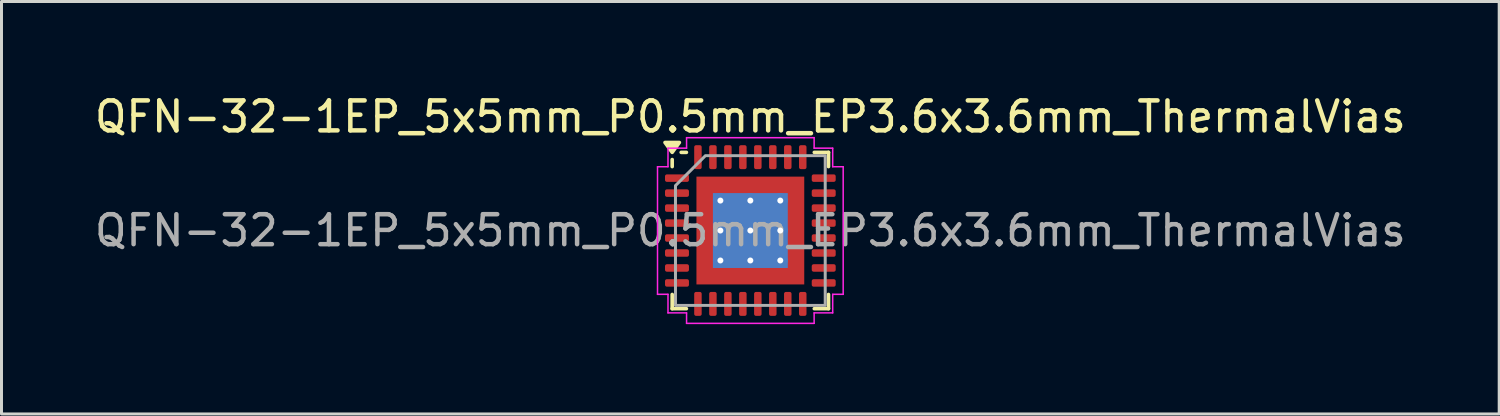
<source format=kicad_pcb>
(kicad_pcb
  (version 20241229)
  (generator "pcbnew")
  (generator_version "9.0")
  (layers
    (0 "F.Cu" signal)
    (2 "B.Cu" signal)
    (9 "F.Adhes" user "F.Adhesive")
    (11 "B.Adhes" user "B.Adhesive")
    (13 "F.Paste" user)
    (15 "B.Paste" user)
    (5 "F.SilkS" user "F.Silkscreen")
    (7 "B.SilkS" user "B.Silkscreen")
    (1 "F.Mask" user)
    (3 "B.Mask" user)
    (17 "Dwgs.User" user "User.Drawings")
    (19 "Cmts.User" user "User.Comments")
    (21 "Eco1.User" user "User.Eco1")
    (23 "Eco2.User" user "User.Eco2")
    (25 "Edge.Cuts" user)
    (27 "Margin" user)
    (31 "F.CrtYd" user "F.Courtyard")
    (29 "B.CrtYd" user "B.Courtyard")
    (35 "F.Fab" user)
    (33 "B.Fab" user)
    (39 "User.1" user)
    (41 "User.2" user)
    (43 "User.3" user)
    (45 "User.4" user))
  (footprint "QFN-32-1EP_5x5mm_P0.5mm_EP3.6x3.6mm_ThermalVias"
    (layer "F.Cu")
    (at 22.006 4.648)
    (property "Reference" "QFN-32-1EP_5x5mm_P0.5mm_EP3.6x3.6mm_ThermalVias" (at 0 -3.8 0) (layer "F.SilkS") (effects (font (size 1 1) (thickness 0.15))))
    (attr smd)
    (fp_line (start -2.61 -2.135) (end -2.61 -2.37) (stroke (width 0.12) (type solid)) (layer "F.SilkS"))
    (fp_line (start -2.61 2.61) (end -2.61 2.135) (stroke (width 0.12) (type solid)) (layer "F.SilkS"))
    (fp_line (start -2.135 -2.61) (end -2.31 -2.61) (stroke (width 0.12) (type solid)) (layer "F.SilkS"))
    (fp_line (start -2.135 2.61) (end -2.61 2.61) (stroke (width 0.12) (type solid)) (layer "F.SilkS"))
    (fp_line (start 2.135 -2.61) (end 2.61 -2.61) (stroke (width 0.12) (type solid)) (layer "F.SilkS"))
    (fp_line (start 2.135 2.61) (end 2.61 2.61) (stroke (width 0.12) (type solid)) (layer "F.SilkS"))
    (fp_line (start 2.61 -2.61) (end 2.61 -2.135) (stroke (width 0.12) (type solid)) (layer "F.SilkS"))
    (fp_line (start 2.61 2.61) (end 2.61 2.135) (stroke (width 0.12) (type solid)) (layer "F.SilkS"))
    (fp_poly (pts (xy -2.61 -2.61) (xy -2.85 -2.94) (xy -2.37 -2.94)) (stroke (width 0.12) (type solid)) (fill yes) (layer "F.SilkS"))
    (fp_line (start -3.1 -2.13) (end -2.75 -2.13) (stroke (width 0.05) (type solid)) (layer "F.CrtYd"))
    (fp_line (start -3.1 2.13) (end -3.1 -2.13) (stroke (width 0.05) (type solid)) (layer "F.CrtYd"))
    (fp_line (start -2.75 -2.75) (end -2.13 -2.75) (stroke (width 0.05) (type solid)) (layer "F.CrtYd"))
    (fp_line (start -2.75 -2.13) (end -2.75 -2.75) (stroke (width 0.05) (type solid)) (layer "F.CrtYd"))
    (fp_line (start -2.75 2.13) (end -3.1 2.13) (stroke (width 0.05) (type solid)) (layer "F.CrtYd"))
    (fp_line (start -2.75 2.75) (end -2.75 2.13) (stroke (width 0.05) (type solid)) (layer "F.CrtYd"))
    (fp_line (start -2.13 -3.1) (end 2.13 -3.1) (stroke (width 0.05) (type solid)) (layer "F.CrtYd"))
    (fp_line (start -2.13 -2.75) (end -2.13 -3.1) (stroke (width 0.05) (type solid)) (layer "F.CrtYd"))
    (fp_line (start -2.13 2.75) (end -2.75 2.75) (stroke (width 0.05) (type solid)) (layer "F.CrtYd"))
    (fp_line (start -2.13 3.1) (end -2.13 2.75) (stroke (width 0.05) (type solid)) (layer "F.CrtYd"))
    (fp_line (start 2.13 -3.1) (end 2.13 -2.75) (stroke (width 0.05) (type solid)) (layer "F.CrtYd"))
    (fp_line (start 2.13 -2.75) (end 2.75 -2.75) (stroke (width 0.05) (type solid)) (layer "F.CrtYd"))
    (fp_line (start 2.13 2.75) (end 2.13 3.1) (stroke (width 0.05) (type solid)) (layer "F.CrtYd"))
    (fp_line (start 2.13 3.1) (end -2.13 3.1) (stroke (width 0.05) (type solid)) (layer "F.CrtYd"))
    (fp_line (start 2.75 -2.75) (end 2.75 -2.13) (stroke (width 0.05) (type solid)) (layer "F.CrtYd"))
    (fp_line (start 2.75 -2.13) (end 3.1 -2.13) (stroke (width 0.05) (type solid)) (layer "F.CrtYd"))
    (fp_line (start 2.75 2.13) (end 2.75 2.75) (stroke (width 0.05) (type solid)) (layer "F.CrtYd"))
    (fp_line (start 2.75 2.75) (end 2.13 2.75) (stroke (width 0.05) (type solid)) (layer "F.CrtYd"))
    (fp_line (start 3.1 -2.13) (end 3.1 2.13) (stroke (width 0.05) (type solid)) (layer "F.CrtYd"))
    (fp_line (start 3.1 2.13) (end 2.75 2.13) (stroke (width 0.05) (type solid)) (layer "F.CrtYd"))
    (fp_poly (pts (xy -2.5 -1.5) (xy -2.5 2.5) (xy 2.5 2.5) (xy 2.5 -2.5) (xy -1.5 -2.5)) (stroke (width 0.1) (type solid)) (fill no) (layer "F.Fab"))
    (fp_text user "${REFERENCE}" (at 0 0 0) (layer "F.Fab") (effects (font (size 1 1) (thickness 0.15))))
    (pad "" smd roundrect (at -1.2 -1.2) (size 0.97 0.97) (layers "F.Paste") (roundrect_rratio 0.25))
    (pad "" smd roundrect (at -1.2 0) (size 0.97 0.97) (layers "F.Paste") (roundrect_rratio 0.25))
    (pad "" smd roundrect (at -1.2 1.2) (size 0.97 0.97) (layers "F.Paste") (roundrect_rratio 0.25))
    (pad "" smd roundrect (at 0 -1.2) (size 0.97 0.97) (layers "F.Paste") (roundrect_rratio 0.25))
    (pad "" smd roundrect (at 0 0) (size 0.97 0.97) (layers "F.Paste") (roundrect_rratio 0.25))
    (pad "" smd roundrect (at 0 1.2) (size 0.97 0.97) (layers "F.Paste") (roundrect_rratio 0.25))
    (pad "" smd roundrect (at 1.2 -1.2) (size 0.97 0.97) (layers "F.Paste") (roundrect_rratio 0.25))
    (pad "" smd roundrect (at 1.2 0) (size 0.97 0.97) (layers "F.Paste") (roundrect_rratio 0.25))
    (pad "" smd roundrect (at 1.2 1.2) (size 0.97 0.97) (layers "F.Paste") (roundrect_rratio 0.25))
    (pad "1" smd roundrect (at -2.45 -1.75) (size 0.8 0.25) (layers "F.Cu" "F.Mask" "F.Paste") (roundrect_rratio 0.25))
    (pad "2" smd roundrect (at -2.45 -1.25) (size 0.8 0.25) (layers "F.Cu" "F.Mask" "F.Paste") (roundrect_rratio 0.25))
    (pad "3" smd roundrect (at -2.45 -0.75) (size 0.8 0.25) (layers "F.Cu" "F.Mask" "F.Paste") (roundrect_rratio 0.25))
    (pad "4" smd roundrect (at -2.45 -0.25) (size 0.8 0.25) (layers "F.Cu" "F.Mask" "F.Paste") (roundrect_rratio 0.25))
    (pad "5" smd roundrect (at -2.45 0.25) (size 0.8 0.25) (layers "F.Cu" "F.Mask" "F.Paste") (roundrect_rratio 0.25))
    (pad "6" smd roundrect (at -2.45 0.75) (size 0.8 0.25) (layers "F.Cu" "F.Mask" "F.Paste") (roundrect_rratio 0.25))
    (pad "7" smd roundrect (at -2.45 1.25) (size 0.8 0.25) (layers "F.Cu" "F.Mask" "F.Paste") (roundrect_rratio 0.25))
    (pad "8" smd roundrect (at -2.45 1.75) (size 0.8 0.25) (layers "F.Cu" "F.Mask" "F.Paste") (roundrect_rratio 0.25))
    (pad "9" smd roundrect (at -1.75 2.45) (size 0.25 0.8) (layers "F.Cu" "F.Mask" "F.Paste") (roundrect_rratio 0.25))
    (pad "10" smd roundrect (at -1.25 2.45) (size 0.25 0.8) (layers "F.Cu" "F.Mask" "F.Paste") (roundrect_rratio 0.25))
    (pad "11" smd roundrect (at -0.75 2.45) (size 0.25 0.8) (layers "F.Cu" "F.Mask" "F.Paste") (roundrect_rratio 0.25))
    (pad "12" smd roundrect (at -0.25 2.45) (size 0.25 0.8) (layers "F.Cu" "F.Mask" "F.Paste") (roundrect_rratio 0.25))
    (pad "13" smd roundrect (at 0.25 2.45) (size 0.25 0.8) (layers "F.Cu" "F.Mask" "F.Paste") (roundrect_rratio 0.25))
    (pad "14" smd roundrect (at 0.75 2.45) (size 0.25 0.8) (layers "F.Cu" "F.Mask" "F.Paste") (roundrect_rratio 0.25))
    (pad "15" smd roundrect (at 1.25 2.45) (size 0.25 0.8) (layers "F.Cu" "F.Mask" "F.Paste") (roundrect_rratio 0.25))
    (pad "16" smd roundrect (at 1.75 2.45) (size 0.25 0.8) (layers "F.Cu" "F.Mask" "F.Paste") (roundrect_rratio 0.25))
    (pad "17" smd roundrect (at 2.45 1.75) (size 0.8 0.25) (layers "F.Cu" "F.Mask" "F.Paste") (roundrect_rratio 0.25))
    (pad "18" smd roundrect (at 2.45 1.25) (size 0.8 0.25) (layers "F.Cu" "F.Mask" "F.Paste") (roundrect_rratio 0.25))
    (pad "19" smd roundrect (at 2.45 0.75) (size 0.8 0.25) (layers "F.Cu" "F.Mask" "F.Paste") (roundrect_rratio 0.25))
    (pad "20" smd roundrect (at 2.45 0.25) (size 0.8 0.25) (layers "F.Cu" "F.Mask" "F.Paste") (roundrect_rratio 0.25))
    (pad "21" smd roundrect (at 2.45 -0.25) (size 0.8 0.25) (layers "F.Cu" "F.Mask" "F.Paste") (roundrect_rratio 0.25))
    (pad "22" smd roundrect (at 2.45 -0.75) (size 0.8 0.25) (layers "F.Cu" "F.Mask" "F.Paste") (roundrect_rratio 0.25))
    (pad "23" smd roundrect (at 2.45 -1.25) (size 0.8 0.25) (layers "F.Cu" "F.Mask" "F.Paste") (roundrect_rratio 0.25))
    (pad "24" smd roundrect (at 2.45 -1.75) (size 0.8 0.25) (layers "F.Cu" "F.Mask" "F.Paste") (roundrect_rratio 0.25))
    (pad "25" smd roundrect (at 1.75 -2.45) (size 0.25 0.8) (layers "F.Cu" "F.Mask" "F.Paste") (roundrect_rratio 0.25))
    (pad "26" smd roundrect (at 1.25 -2.45) (size 0.25 0.8) (layers "F.Cu" "F.Mask" "F.Paste") (roundrect_rratio 0.25))
    (pad "27" smd roundrect (at 0.75 -2.45) (size 0.25 0.8) (layers "F.Cu" "F.Mask" "F.Paste") (roundrect_rratio 0.25))
    (pad "28" smd roundrect (at 0.25 -2.45) (size 0.25 0.8) (layers "F.Cu" "F.Mask" "F.Paste") (roundrect_rratio 0.25))
    (pad "29" smd roundrect (at -0.25 -2.45) (size 0.25 0.8) (layers "F.Cu" "F.Mask" "F.Paste") (roundrect_rratio 0.25))
    (pad "30" smd roundrect (at -0.75 -2.45) (size 0.25 0.8) (layers "F.Cu" "F.Mask" "F.Paste") (roundrect_rratio 0.25))
    (pad "31" smd roundrect (at -1.25 -2.45) (size 0.25 0.8) (layers "F.Cu" "F.Mask" "F.Paste") (roundrect_rratio 0.25))
    (pad "32" smd roundrect (at -1.75 -2.45) (size 0.25 0.8) (layers "F.Cu" "F.Mask" "F.Paste") (roundrect_rratio 0.25))
    (pad "33" thru_hole circle (at -1 -1) (size 0.5 0.5) (drill 0.2) (property pad_prop_heatsink) (layers "*.Cu"))
    (pad "33" thru_hole circle (at -1 0) (size 0.5 0.5) (drill 0.2) (property pad_prop_heatsink) (layers "*.Cu"))
    (pad "33" thru_hole circle (at -1 1) (size 0.5 0.5) (drill 0.2) (property pad_prop_heatsink) (layers "*.Cu"))
    (pad "33" thru_hole circle (at 0 -1) (size 0.5 0.5) (drill 0.2) (property pad_prop_heatsink) (layers "*.Cu"))
    (pad "33" thru_hole circle (at 0 0) (size 0.5 0.5) (drill 0.2) (property pad_prop_heatsink) (layers "*.Cu"))
    (pad "33" smd rect (at 0 0) (size 2.5 2.5) (property pad_prop_heatsink) (layers "B.Cu"))
    (pad "33" smd rect (at 0 0) (size 3.6 3.6) (property pad_prop_heatsink) (layers "F.Cu" "F.Mask"))
    (pad "33" thru_hole circle (at 0 1) (size 0.5 0.5) (drill 0.2) (property pad_prop_heatsink) (layers "*.Cu"))
    (pad "33" thru_hole circle (at 1 -1) (size 0.5 0.5) (drill 0.2) (property pad_prop_heatsink) (layers "*.Cu"))
    (pad "33" thru_hole circle (at 1 0) (size 0.5 0.5) (drill 0.2) (property pad_prop_heatsink) (layers "*.Cu"))
    (pad "33" thru_hole circle (at 1 1) (size 0.5 0.5) (drill 0.2) (property pad_prop_heatsink) (layers "*.Cu")))
  (gr_rect
    (start -3 -3)
    (end 47.012 10.773)
    (stroke (width 0.1) (type default))
    (fill no)
    (layer "Edge.Cuts")))
</source>
